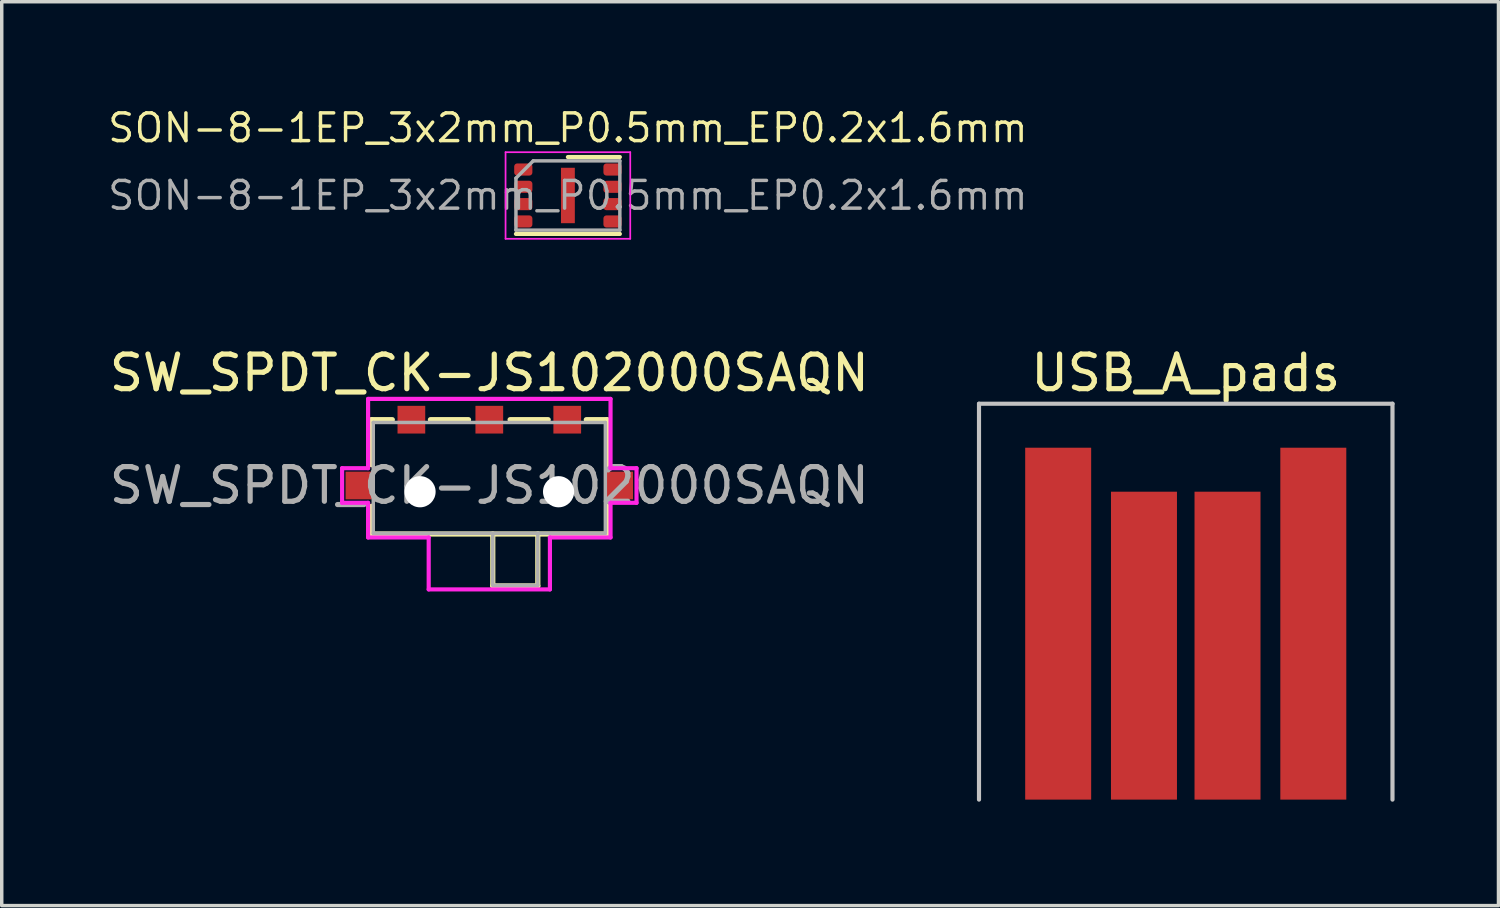
<source format=kicad_pcb>
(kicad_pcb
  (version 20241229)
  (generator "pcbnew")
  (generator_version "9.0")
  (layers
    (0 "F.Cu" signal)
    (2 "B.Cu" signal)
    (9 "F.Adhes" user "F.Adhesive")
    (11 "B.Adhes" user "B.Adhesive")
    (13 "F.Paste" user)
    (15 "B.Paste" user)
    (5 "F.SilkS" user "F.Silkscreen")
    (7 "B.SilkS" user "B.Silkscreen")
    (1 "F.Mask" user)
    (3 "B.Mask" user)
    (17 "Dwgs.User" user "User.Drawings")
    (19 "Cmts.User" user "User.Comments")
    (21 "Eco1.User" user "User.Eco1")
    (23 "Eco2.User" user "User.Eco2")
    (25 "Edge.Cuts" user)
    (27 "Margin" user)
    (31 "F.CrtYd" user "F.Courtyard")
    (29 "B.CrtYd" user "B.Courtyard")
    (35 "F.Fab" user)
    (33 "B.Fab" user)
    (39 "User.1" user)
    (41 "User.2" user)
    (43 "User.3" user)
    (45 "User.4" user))
  (footprint "SON-8-1EP_3x2mm_P0.5mm_EP0.2x1.6mm"
    (layer "F.Cu")
    (at 13.346 2.594)
    (property "Reference" "SON-8-1EP_3x2mm_P0.5mm_EP0.2x1.6mm" (at 0 -1.95 180) (layer "F.SilkS") (effects (font (size 0.8 0.8) (thickness 0.1))))
    (attr smd)
    (fp_line (start -1.5 1.11) (end 1.5 1.11) (stroke (width 0.12) (type solid)) (layer "F.SilkS"))
    (fp_line (start 0 -1.11) (end 1.5 -1.11) (stroke (width 0.12) (type solid)) (layer "F.SilkS"))
    (fp_line (start -1.8 -1.25) (end -1.8 1.25) (stroke (width 0.05) (type solid)) (layer "F.CrtYd"))
    (fp_line (start -1.8 1.25) (end 1.8 1.25) (stroke (width 0.05) (type solid)) (layer "F.CrtYd"))
    (fp_line (start 1.8 -1.25) (end -1.8 -1.25) (stroke (width 0.05) (type solid)) (layer "F.CrtYd"))
    (fp_line (start 1.8 1.25) (end 1.8 -1.25) (stroke (width 0.05) (type solid)) (layer "F.CrtYd"))
    (fp_line (start -1.5 -0.5) (end -1 -1) (stroke (width 0.1) (type solid)) (layer "F.Fab"))
    (fp_line (start -1.5 1) (end -1.5 -0.5) (stroke (width 0.1) (type solid)) (layer "F.Fab"))
    (fp_line (start -1 -1) (end 1.5 -1) (stroke (width 0.1) (type solid)) (layer "F.Fab"))
    (fp_line (start 1.5 -1) (end 1.5 1) (stroke (width 0.1) (type solid)) (layer "F.Fab"))
    (fp_line (start 1.5 1) (end -1.5 1) (stroke (width 0.1) (type solid)) (layer "F.Fab"))
    (fp_text user "${REFERENCE}" (at 0 0 180) (layer "F.Fab") (effects (font (size 0.8 0.8) (thickness 0.1))))
    (pad "" smd roundrect (at 0 0) (size 0.2 1) (layers "F.Paste") (roundrect_rratio 0.25))
    (pad "1" smd roundrect (at -1.288 -0.75) (size 0.525 0.35) (layers "F.Cu" "F.Mask" "F.Paste") (roundrect_rratio 0.25))
    (pad "2" smd roundrect (at -1.288 -0.25) (size 0.525 0.35) (layers "F.Cu" "F.Mask" "F.Paste") (roundrect_rratio 0.25))
    (pad "3" smd roundrect (at -1.288 0.25) (size 0.525 0.35) (layers "F.Cu" "F.Mask" "F.Paste") (roundrect_rratio 0.25))
    (pad "4" smd roundrect (at -1.288 0.75) (size 0.525 0.35) (layers "F.Cu" "F.Mask" "F.Paste") (roundrect_rratio 0.25))
    (pad "5" smd roundrect (at 1.288 0.75) (size 0.525 0.35) (layers "F.Cu" "F.Mask" "F.Paste") (roundrect_rratio 0.25))
    (pad "6" smd roundrect (at 1.288 0.25) (size 0.525 0.35) (layers "F.Cu" "F.Mask" "F.Paste") (roundrect_rratio 0.25))
    (pad "7" smd roundrect (at 1.288 -0.25) (size 0.525 0.35) (layers "F.Cu" "F.Mask" "F.Paste") (roundrect_rratio 0.25))
    (pad "8" smd roundrect (at 1.288 -0.75) (size 0.525 0.35) (layers "F.Cu" "F.Mask" "F.Paste") (roundrect_rratio 0.25))
    (pad "9" smd rect (at 0 0) (size 0.4 1.6) (layers "F.Cu" "F.Mask")))
  (footprint "SW_SPDT_CK-JS102000SAQN"
    (layer "F.Cu")
    (at 11.077 10.967)
    (property "Reference" "SW_SPDT_CK-JS102000SAQN" (at 0 -3.25 0) (layer "F.SilkS") (effects (font (size 1 1) (thickness 0.15))))
    (attr smd)
    (fp_line (start -3.4 -1.9) (end -2.8 -1.9) (stroke (width 0.15) (type solid)) (layer "F.SilkS"))
    (fp_line (start -3.4 -0.6) (end -3.4 -1.9) (stroke (width 0.15) (type solid)) (layer "F.SilkS"))
    (fp_line (start -3.4 1.4) (end -3.4 0.6) (stroke (width 0.15) (type solid)) (layer "F.SilkS"))
    (fp_line (start -0.6 -1.9) (end -1.7 -1.9) (stroke (width 0.15) (type solid)) (layer "F.SilkS"))
    (fp_line (start 0.1 2.9) (end 0.1 1.4) (stroke (width 0.15) (type solid)) (layer "F.SilkS"))
    (fp_line (start 0.6 -1.9) (end 1.7 -1.9) (stroke (width 0.15) (type solid)) (layer "F.SilkS"))
    (fp_line (start 1.4 1.4) (end 1.4 2.9) (stroke (width 0.15) (type solid)) (layer "F.SilkS"))
    (fp_line (start 1.4 2.9) (end 0.1 2.9) (stroke (width 0.15) (type solid)) (layer "F.SilkS"))
    (fp_line (start 2.8 -1.9) (end 3.4 -1.9) (stroke (width 0.15) (type solid)) (layer "F.SilkS"))
    (fp_line (start 3.4 -1.9) (end 3.4 -0.6) (stroke (width 0.15) (type solid)) (layer "F.SilkS"))
    (fp_line (start 3.4 0.6) (end 3.4 1.4) (stroke (width 0.15) (type solid)) (layer "F.SilkS"))
    (fp_line (start 3.4 1.4) (end -3.4 1.4) (stroke (width 0.15) (type solid)) (layer "F.SilkS"))
    (fp_line (start -4.25 -0.5) (end -4.25 0.5) (stroke (width 0.12) (type solid)) (layer "F.CrtYd"))
    (fp_line (start -4.25 0.5) (end -3.5 0.5) (stroke (width 0.12) (type solid)) (layer "F.CrtYd"))
    (fp_line (start -3.5 -2.5) (end -3.5 -0.5) (stroke (width 0.12) (type solid)) (layer "F.CrtYd"))
    (fp_line (start -3.5 -0.5) (end -4.25 -0.5) (stroke (width 0.12) (type solid)) (layer "F.CrtYd"))
    (fp_line (start -3.5 0.5) (end -3.5 1.5) (stroke (width 0.12) (type solid)) (layer "F.CrtYd"))
    (fp_line (start -3.5 1.5) (end -1.75 1.5) (stroke (width 0.12) (type solid)) (layer "F.CrtYd"))
    (fp_line (start -1.75 1.5) (end -1.75 3) (stroke (width 0.12) (type solid)) (layer "F.CrtYd"))
    (fp_line (start -1.75 3) (end 1.75 3) (stroke (width 0.12) (type solid)) (layer "F.CrtYd"))
    (fp_line (start 1.75 1.5) (end 3.5 1.5) (stroke (width 0.12) (type solid)) (layer "F.CrtYd"))
    (fp_line (start 1.75 3) (end 1.75 1.5) (stroke (width 0.12) (type solid)) (layer "F.CrtYd"))
    (fp_line (start 3.5 -2.5) (end -3.5 -2.5) (stroke (width 0.12) (type solid)) (layer "F.CrtYd"))
    (fp_line (start 3.5 -0.5) (end 3.5 -2.5) (stroke (width 0.12) (type solid)) (layer "F.CrtYd"))
    (fp_line (start 3.5 0.5) (end 4.25 0.5) (stroke (width 0.12) (type solid)) (layer "F.CrtYd"))
    (fp_line (start 3.5 1.5) (end 3.5 0.5) (stroke (width 0.12) (type solid)) (layer "F.CrtYd"))
    (fp_line (start 4.25 -0.5) (end 3.5 -0.5) (stroke (width 0.12) (type solid)) (layer "F.CrtYd"))
    (fp_line (start 4.25 0.5) (end 4.25 -0.5) (stroke (width 0.12) (type solid)) (layer "F.CrtYd"))
    (fp_line (start -3.35 -1.82) (end -3.35 1.38) (stroke (width 0.1) (type solid)) (layer "F.Fab"))
    (fp_line (start -3.35 -1.82) (end 3.35 -1.82) (stroke (width 0.1) (type solid)) (layer "F.Fab"))
    (fp_line (start -3.35 1.38) (end 3.35 1.38) (stroke (width 0.1) (type solid)) (layer "F.Fab"))
    (fp_line (start 0.1 1.38) (end 0.1 2.88) (stroke (width 0.1) (type solid)) (layer "F.Fab"))
    (fp_line (start 0.1 2.88) (end 1.4 2.88) (stroke (width 0.1) (type solid)) (layer "F.Fab"))
    (fp_line (start 1.4 1.38) (end 1.4 2.88) (stroke (width 0.1) (type solid)) (layer "F.Fab"))
    (fp_line (start 3.35 -1.82) (end 3.35 1.38) (stroke (width 0.1) (type solid)) (layer "F.Fab"))
    (fp_text user "${REFERENCE}" (at 0 0 0) (layer "F.Fab") (effects (font (size 1 1) (thickness 0.15))))
    (pad "" smd rect (at -3.75 0) (size 0.8 0.8) (layers "F.Cu" "F.Mask" "F.Paste"))
    (pad "" np_thru_hole circle (at -2 0.18) (size 0.9 0.9) (drill 0.9) (layers "*.Cu" "*.Mask"))
    (pad "" np_thru_hole circle (at 2 0.18) (size 0.9 0.9) (drill 0.9) (layers "*.Cu" "*.Mask"))
    (pad "" smd rect (at 3.75 0) (size 0.8 0.8) (layers "F.Cu" "F.Mask" "F.Paste"))
    (pad "1" smd rect (at 2.25 -1.9) (size 0.8 0.8) (layers "F.Cu" "F.Mask" "F.Paste"))
    (pad "2" smd rect (at 0 -1.9) (size 0.8 0.8) (layers "F.Cu" "F.Mask" "F.Paste"))
    (pad "3" smd rect (at -2.25 -1.9) (size 0.8 0.8) (layers "F.Cu" "F.Mask" "F.Paste")))
  (footprint "USB_A_pads"
    (layer "F.Cu")
    (at 31.184 14.321)
    (property "Reference" "USB_A_pads" (at 0 -6.604 0) (layer "F.SilkS") (effects (font (size 1 1) (thickness 0.15))))
    (attr smd)
    (fp_line (start -5.969 -5.715) (end -5.969 5.715) (stroke (width 0.12) (type solid)) (layer "Dwgs.User"))
    (fp_line (start -5.969 -5.715) (end 5.969 -5.715) (stroke (width 0.12) (type solid)) (layer "Dwgs.User"))
    (fp_line (start 5.969 -5.715) (end 5.969 5.715) (stroke (width 0.12) (type solid)) (layer "Dwgs.User"))
    (pad "1" smd rect (at -3.683 0.635) (size 1.905 10.16) (layers "F.Cu" "F.Mask"))
    (pad "2" smd rect (at -1.206 1.27) (size 1.905 8.89) (layers "F.Cu" "F.Mask"))
    (pad "3" smd rect (at 1.206 1.27) (size 1.905 8.89) (layers "F.Cu" "F.Mask"))
    (pad "4" smd rect (at 3.683 0.635) (size 1.905 10.16) (layers "F.Cu" "F.Mask")))
  (gr_rect
    (start -3 -3)
    (end 40.213 23.096)
    (stroke (width 0.1) (type default))
    (fill no)
    (layer "Edge.Cuts")))
</source>
